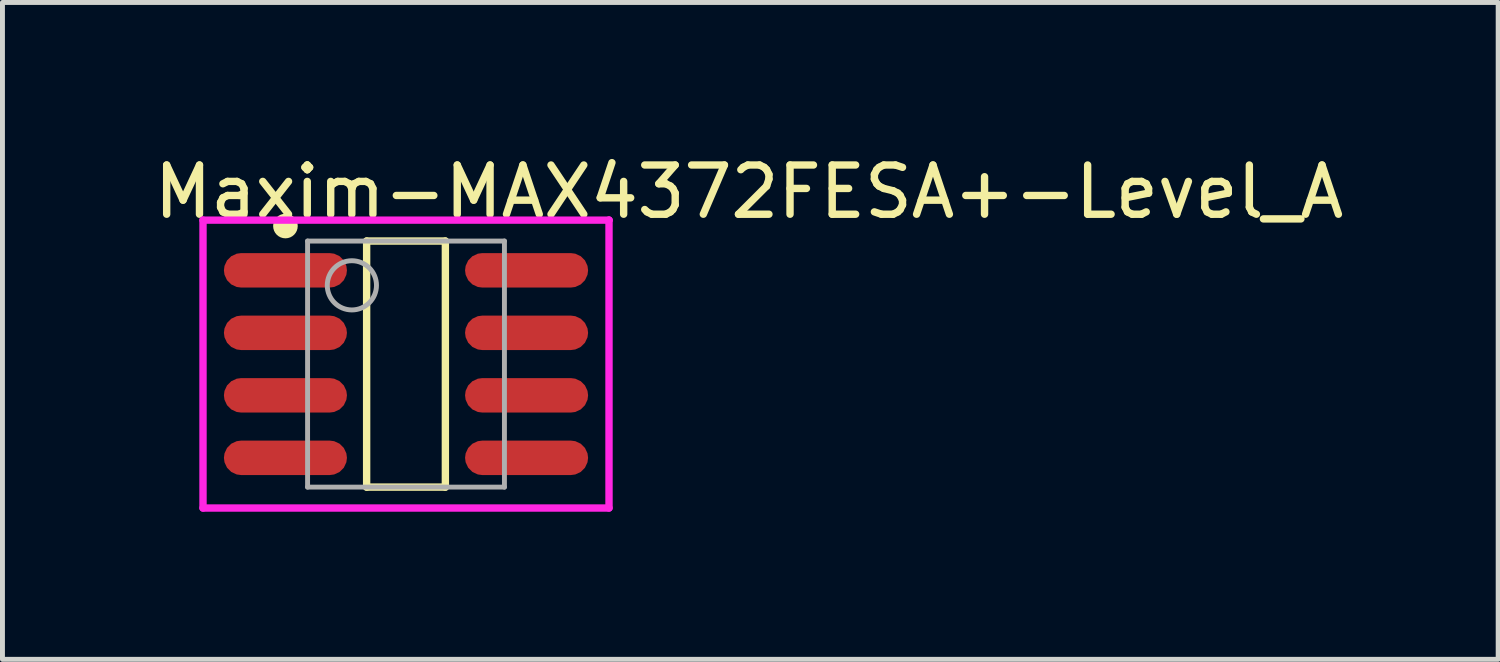
<source format=kicad_pcb>
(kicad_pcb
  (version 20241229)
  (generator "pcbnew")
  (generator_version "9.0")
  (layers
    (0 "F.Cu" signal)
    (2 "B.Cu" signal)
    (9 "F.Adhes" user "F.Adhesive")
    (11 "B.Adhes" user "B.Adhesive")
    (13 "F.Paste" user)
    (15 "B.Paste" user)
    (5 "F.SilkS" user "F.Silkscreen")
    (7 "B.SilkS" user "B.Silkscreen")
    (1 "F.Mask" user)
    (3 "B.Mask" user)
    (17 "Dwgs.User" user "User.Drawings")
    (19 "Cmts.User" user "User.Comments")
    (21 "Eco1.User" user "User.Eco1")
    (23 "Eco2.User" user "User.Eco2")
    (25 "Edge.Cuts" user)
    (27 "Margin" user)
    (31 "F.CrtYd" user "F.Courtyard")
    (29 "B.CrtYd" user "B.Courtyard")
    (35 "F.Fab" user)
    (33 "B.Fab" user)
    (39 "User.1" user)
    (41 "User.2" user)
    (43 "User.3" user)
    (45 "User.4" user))
  (footprint "Maxim-MAX4372FESA+-Level_A"
    (layer "F.Cu")
    (at 5.2 4.348)
    (property "Reference" "Maxim-MAX4372FESA+-Level_A" (at -5.2 -3.5 0) (layer "F.SilkS") (effects (font (size 1 1) (thickness 0.15)) (justify left)))
    (attr through_hole)
    (fp_line (start -0.8 -2.5) (end 0.8 -2.5) (stroke (width 0.15) (type solid)) (layer "F.SilkS"))
    (fp_line (start -0.8 2.5) (end -0.8 -2.5) (stroke (width 0.15) (type solid)) (layer "F.SilkS"))
    (fp_line (start -0.8 2.5) (end 0.8 2.5) (stroke (width 0.15) (type solid)) (layer "F.SilkS"))
    (fp_line (start 0.8 2.5) (end 0.8 -2.5) (stroke (width 0.15) (type solid)) (layer "F.SilkS"))
    (fp_circle (center -2.45 -2.805) (end -2.325 -2.805) (stroke (width 0.25) (type solid)) (fill no) (layer "F.SilkS"))
    (fp_line (start -4.125 -2.925) (end -4.125 2.925) (stroke (width 0.15) (type solid)) (layer "F.CrtYd"))
    (fp_line (start -4.125 2.925) (end 4.125 2.925) (stroke (width 0.15) (type solid)) (layer "F.CrtYd"))
    (fp_line (start 4.125 -2.925) (end -4.125 -2.925) (stroke (width 0.15) (type solid)) (layer "F.CrtYd"))
    (fp_line (start 4.125 -2.925) (end 4.125 -2.925) (stroke (width 0.15) (type solid)) (layer "F.CrtYd"))
    (fp_line (start 4.125 2.925) (end 4.125 -2.925) (stroke (width 0.15) (type solid)) (layer "F.CrtYd"))
    (fp_line (start -2 -2.5) (end 2 -2.5) (stroke (width 0.1) (type solid)) (layer "F.Fab"))
    (fp_line (start -2 2.5) (end -2 -2.5) (stroke (width 0.1) (type solid)) (layer "F.Fab"))
    (fp_line (start -2 2.5) (end 2 2.5) (stroke (width 0.1) (type solid)) (layer "F.Fab"))
    (fp_line (start 2 2.5) (end 2 -2.5) (stroke (width 0.1) (type solid)) (layer "F.Fab"))
    (fp_circle (center -1.1 -1.6) (end -0.6 -1.6) (stroke (width 0.1) (type solid)) (fill no) (layer "F.Fab"))
    (pad "1" smd roundrect (at -2.45 -1.905 270) (size 0.7 2.5) (layers "F.Cu" "F.Mask" "F.Paste") (roundrect_rratio 0.5))
    (pad "2" smd roundrect (at -2.45 -0.635 270) (size 0.7 2.5) (layers "F.Cu" "F.Mask" "F.Paste") (roundrect_rratio 0.5))
    (pad "3" smd roundrect (at -2.45 0.635 270) (size 0.7 2.5) (layers "F.Cu" "F.Mask" "F.Paste") (roundrect_rratio 0.5))
    (pad "4" smd roundrect (at -2.45 1.905 270) (size 0.7 2.5) (layers "F.Cu" "F.Mask" "F.Paste") (roundrect_rratio 0.5))
    (pad "5" smd roundrect (at 2.45 1.905 270) (size 0.7 2.5) (layers "F.Cu" "F.Mask" "F.Paste") (roundrect_rratio 0.5))
    (pad "6" smd roundrect (at 2.45 0.635 270) (size 0.7 2.5) (layers "F.Cu" "F.Mask" "F.Paste") (roundrect_rratio 0.5))
    (pad "7" smd roundrect (at 2.45 -0.635 270) (size 0.7 2.5) (layers "F.Cu" "F.Mask" "F.Paste") (roundrect_rratio 0.5))
    (pad "8" smd roundrect (at 2.45 -1.905 270) (size 0.7 2.5) (layers "F.Cu" "F.Mask" "F.Paste") (roundrect_rratio 0.5)))
  (gr_rect
    (start -3 -3)
    (end 27.393 10.348)
    (stroke (width 0.1) (type default))
    (fill no)
    (layer "Edge.Cuts")))
</source>
